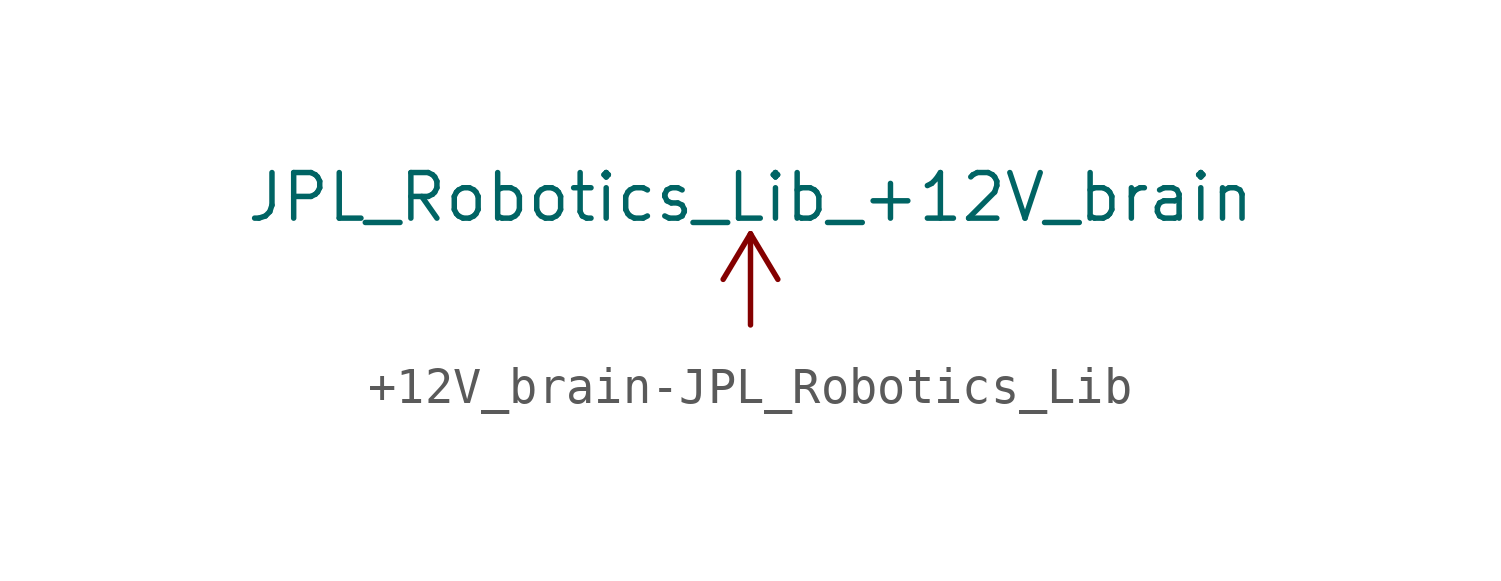
<source format=kicad_sym>
(kicad_symbol_lib
  (version 20231120)
  (generator "kicad_symbol_editor")
  (generator_version "8.0")
  (symbol "+12V_brain-JPL_Robotics_Lib"
    (power)
    (pin_names
      (offset 0))
    (property "Reference" "#PWR"
      (at 0 -3.81 0)
      (effects (font (size 1.27 1.27)) (hide yes)))
    (property "Value" "JPL_Robotics_Lib_+12V_brain"
      (at 0 3.556 0)
      (effects (font (size 1.27 1.27))))
    (symbol "+12V_brain-JPL_Robotics_Lib_0_1"
      (polyline (pts (xy -0.762 1.27) (xy 0 2.54)) (stroke (width 0) (type solid)) (fill (type none)))
      (polyline (pts (xy 0 0) (xy 0 2.54)) (stroke (width 0) (type solid)) (fill (type none)))
      (polyline (pts (xy 0 2.54) (xy 0.762 1.27)) (stroke (width 0) (type solid)) (fill (type none))))
    (symbol "+12V_brain-JPL_Robotics_Lib_1_1"
      (pin power_in line (at 0 0 90) (length 0) hide (name "+12V_brain" (effects (font (size 1.27 1.27)))) (number "1" (effects (font (size 1.27 1.27))))))))
</source>
